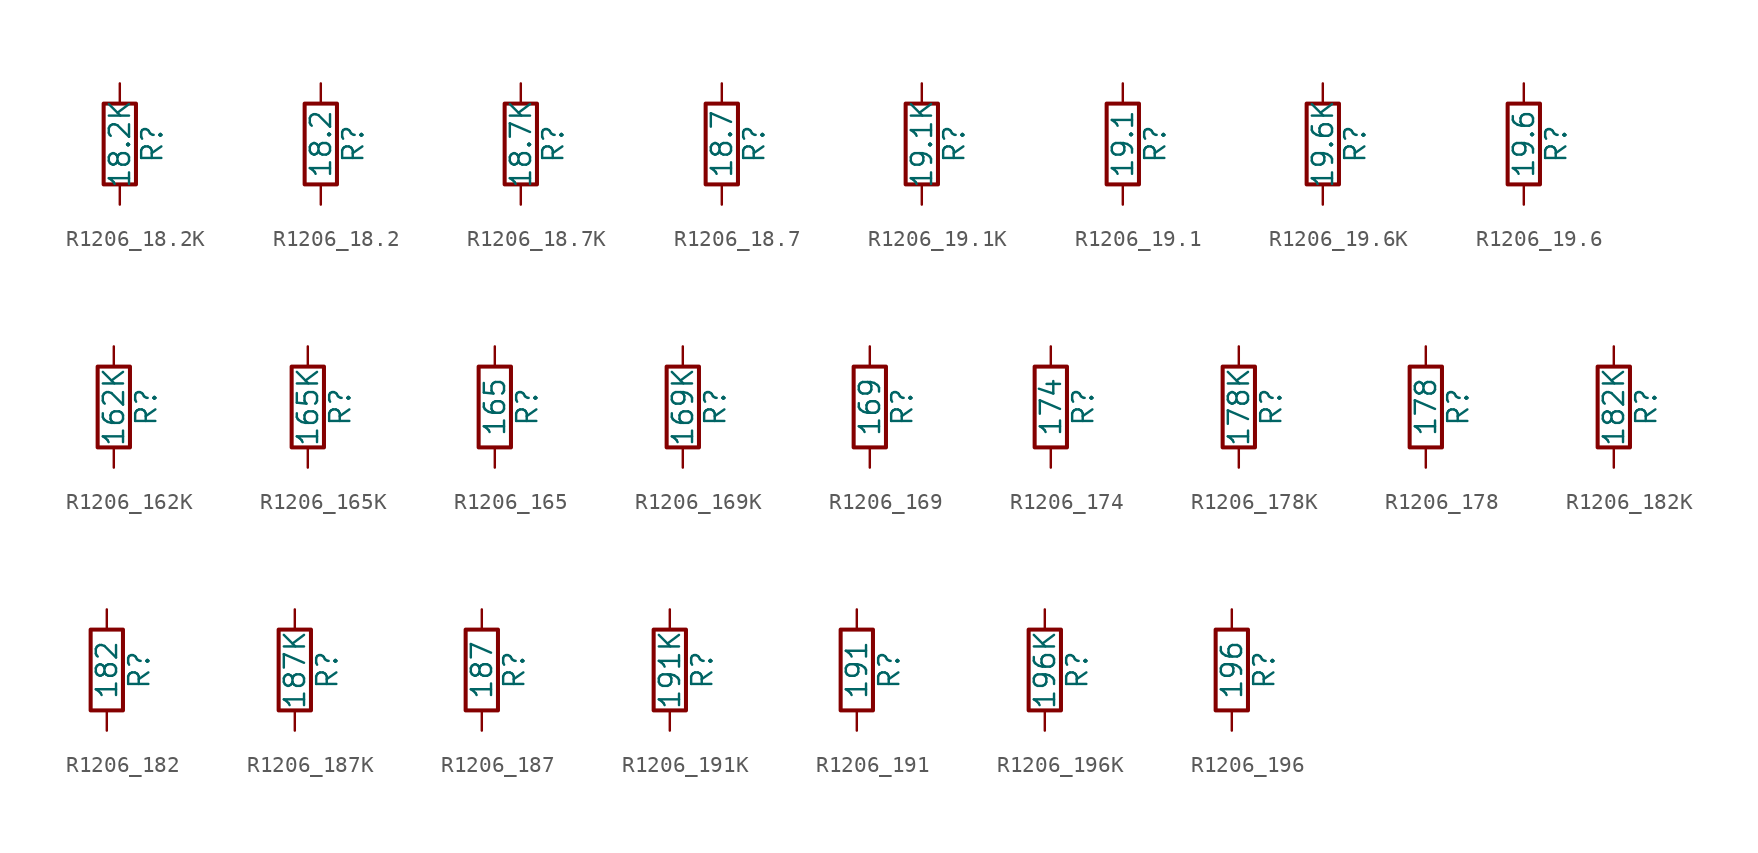
<source format=kicad_sym>
(kicad_symbol_lib
  (version 20211014)
  (generator atlantix-eda)
  (symbol "R1206_18.2K"
    (pin_numbers hide)
    (pin_names
      (offset 0))
    (property "Reference" "R"
      (at 2.032 0 90)
      (effects (font (size 1.27 1.27))))
    (property "Value" "18.2K"
      (at 0 0 90)
      (effects (font (size 1.27 1.27))))
    (symbol "R1206_18.2K_0_1"
      (rectangle (start -1.016 -2.54) (end 1.016 2.54) (stroke (width 0.254) (type default) (color 0 0 0 0)) (fill (type none))))
    (symbol "R1206_18.2K_1_1"
      (pin passive line (at 0 3.81 270) (length 1.27) (name "~" (effects (font (size 1.27 1.27)))) (number "1" (effects (font (size 1.27 1.27)))))
      (pin passive line (at 0 -3.81 90) (length 1.27) (name "~" (effects (font (size 1.27 1.27)))) (number "2" (effects (font (size 1.27 1.27)))))))
  (symbol "R1206_18.2"
    (pin_numbers hide)
    (pin_names
      (offset 0))
    (property "Reference" "R"
      (at 2.032 0 90)
      (effects (font (size 1.27 1.27))))
    (property "Value" "18.2"
      (at 0 0 90)
      (effects (font (size 1.27 1.27))))
    (symbol "R1206_18.2_0_1"
      (rectangle (start -1.016 -2.54) (end 1.016 2.54) (stroke (width 0.254) (type default) (color 0 0 0 0)) (fill (type none))))
    (symbol "R1206_18.2_1_1"
      (pin passive line (at 0 3.81 270) (length 1.27) (name "~" (effects (font (size 1.27 1.27)))) (number "1" (effects (font (size 1.27 1.27)))))
      (pin passive line (at 0 -3.81 90) (length 1.27) (name "~" (effects (font (size 1.27 1.27)))) (number "2" (effects (font (size 1.27 1.27)))))))
  (symbol "R1206_18.7K"
    (pin_numbers hide)
    (pin_names
      (offset 0))
    (property "Reference" "R"
      (at 2.032 0 90)
      (effects (font (size 1.27 1.27))))
    (property "Value" "18.7K"
      (at 0 0 90)
      (effects (font (size 1.27 1.27))))
    (symbol "R1206_18.7K_0_1"
      (rectangle (start -1.016 -2.54) (end 1.016 2.54) (stroke (width 0.254) (type default) (color 0 0 0 0)) (fill (type none))))
    (symbol "R1206_18.7K_1_1"
      (pin passive line (at 0 3.81 270) (length 1.27) (name "~" (effects (font (size 1.27 1.27)))) (number "1" (effects (font (size 1.27 1.27)))))
      (pin passive line (at 0 -3.81 90) (length 1.27) (name "~" (effects (font (size 1.27 1.27)))) (number "2" (effects (font (size 1.27 1.27)))))))
  (symbol "R1206_18.7"
    (pin_numbers hide)
    (pin_names
      (offset 0))
    (property "Reference" "R"
      (at 2.032 0 90)
      (effects (font (size 1.27 1.27))))
    (property "Value" "18.7"
      (at 0 0 90)
      (effects (font (size 1.27 1.27))))
    (symbol "R1206_18.7_0_1"
      (rectangle (start -1.016 -2.54) (end 1.016 2.54) (stroke (width 0.254) (type default) (color 0 0 0 0)) (fill (type none))))
    (symbol "R1206_18.7_1_1"
      (pin passive line (at 0 3.81 270) (length 1.27) (name "~" (effects (font (size 1.27 1.27)))) (number "1" (effects (font (size 1.27 1.27)))))
      (pin passive line (at 0 -3.81 90) (length 1.27) (name "~" (effects (font (size 1.27 1.27)))) (number "2" (effects (font (size 1.27 1.27)))))))
  (symbol "R1206_19.1K"
    (pin_numbers hide)
    (pin_names
      (offset 0))
    (property "Reference" "R"
      (at 2.032 0 90)
      (effects (font (size 1.27 1.27))))
    (property "Value" "19.1K"
      (at 0 0 90)
      (effects (font (size 1.27 1.27))))
    (symbol "R1206_19.1K_0_1"
      (rectangle (start -1.016 -2.54) (end 1.016 2.54) (stroke (width 0.254) (type default) (color 0 0 0 0)) (fill (type none))))
    (symbol "R1206_19.1K_1_1"
      (pin passive line (at 0 3.81 270) (length 1.27) (name "~" (effects (font (size 1.27 1.27)))) (number "1" (effects (font (size 1.27 1.27)))))
      (pin passive line (at 0 -3.81 90) (length 1.27) (name "~" (effects (font (size 1.27 1.27)))) (number "2" (effects (font (size 1.27 1.27)))))))
  (symbol "R1206_19.1"
    (pin_numbers hide)
    (pin_names
      (offset 0))
    (property "Reference" "R"
      (at 2.032 0 90)
      (effects (font (size 1.27 1.27))))
    (property "Value" "19.1"
      (at 0 0 90)
      (effects (font (size 1.27 1.27))))
    (symbol "R1206_19.1_0_1"
      (rectangle (start -1.016 -2.54) (end 1.016 2.54) (stroke (width 0.254) (type default) (color 0 0 0 0)) (fill (type none))))
    (symbol "R1206_19.1_1_1"
      (pin passive line (at 0 3.81 270) (length 1.27) (name "~" (effects (font (size 1.27 1.27)))) (number "1" (effects (font (size 1.27 1.27)))))
      (pin passive line (at 0 -3.81 90) (length 1.27) (name "~" (effects (font (size 1.27 1.27)))) (number "2" (effects (font (size 1.27 1.27)))))))
  (symbol "R1206_19.6K"
    (pin_numbers hide)
    (pin_names
      (offset 0))
    (property "Reference" "R"
      (at 2.032 0 90)
      (effects (font (size 1.27 1.27))))
    (property "Value" "19.6K"
      (at 0 0 90)
      (effects (font (size 1.27 1.27))))
    (symbol "R1206_19.6K_0_1"
      (rectangle (start -1.016 -2.54) (end 1.016 2.54) (stroke (width 0.254) (type default) (color 0 0 0 0)) (fill (type none))))
    (symbol "R1206_19.6K_1_1"
      (pin passive line (at 0 3.81 270) (length 1.27) (name "~" (effects (font (size 1.27 1.27)))) (number "1" (effects (font (size 1.27 1.27)))))
      (pin passive line (at 0 -3.81 90) (length 1.27) (name "~" (effects (font (size 1.27 1.27)))) (number "2" (effects (font (size 1.27 1.27)))))))
  (symbol "R1206_19.6"
    (pin_numbers hide)
    (pin_names
      (offset 0))
    (property "Reference" "R"
      (at 2.032 0 90)
      (effects (font (size 1.27 1.27))))
    (property "Value" "19.6"
      (at 0 0 90)
      (effects (font (size 1.27 1.27))))
    (symbol "R1206_19.6_0_1"
      (rectangle (start -1.016 -2.54) (end 1.016 2.54) (stroke (width 0.254) (type default) (color 0 0 0 0)) (fill (type none))))
    (symbol "R1206_19.6_1_1"
      (pin passive line (at 0 3.81 270) (length 1.27) (name "~" (effects (font (size 1.27 1.27)))) (number "1" (effects (font (size 1.27 1.27)))))
      (pin passive line (at 0 -3.81 90) (length 1.27) (name "~" (effects (font (size 1.27 1.27)))) (number "2" (effects (font (size 1.27 1.27)))))))
  (symbol "R1206_162K"
    (pin_numbers hide)
    (pin_names
      (offset 0))
    (property "Reference" "R"
      (at 2.032 0 90)
      (effects (font (size 1.27 1.27))))
    (property "Value" "162K"
      (at 0 0 90)
      (effects (font (size 1.27 1.27))))
    (symbol "R1206_162K_0_1"
      (rectangle (start -1.016 -2.54) (end 1.016 2.54) (stroke (width 0.254) (type default) (color 0 0 0 0)) (fill (type none))))
    (symbol "R1206_162K_1_1"
      (pin passive line (at 0 3.81 270) (length 1.27) (name "~" (effects (font (size 1.27 1.27)))) (number "1" (effects (font (size 1.27 1.27)))))
      (pin passive line (at 0 -3.81 90) (length 1.27) (name "~" (effects (font (size 1.27 1.27)))) (number "2" (effects (font (size 1.27 1.27)))))))
  (symbol "R1206_165K"
    (pin_numbers hide)
    (pin_names
      (offset 0))
    (property "Reference" "R"
      (at 2.032 0 90)
      (effects (font (size 1.27 1.27))))
    (property "Value" "165K"
      (at 0 0 90)
      (effects (font (size 1.27 1.27))))
    (symbol "R1206_165K_0_1"
      (rectangle (start -1.016 -2.54) (end 1.016 2.54) (stroke (width 0.254) (type default) (color 0 0 0 0)) (fill (type none))))
    (symbol "R1206_165K_1_1"
      (pin passive line (at 0 3.81 270) (length 1.27) (name "~" (effects (font (size 1.27 1.27)))) (number "1" (effects (font (size 1.27 1.27)))))
      (pin passive line (at 0 -3.81 90) (length 1.27) (name "~" (effects (font (size 1.27 1.27)))) (number "2" (effects (font (size 1.27 1.27)))))))
  (symbol "R1206_165"
    (pin_numbers hide)
    (pin_names
      (offset 0))
    (property "Reference" "R"
      (at 2.032 0 90)
      (effects (font (size 1.27 1.27))))
    (property "Value" "165"
      (at 0 0 90)
      (effects (font (size 1.27 1.27))))
    (symbol "R1206_165_0_1"
      (rectangle (start -1.016 -2.54) (end 1.016 2.54) (stroke (width 0.254) (type default) (color 0 0 0 0)) (fill (type none))))
    (symbol "R1206_165_1_1"
      (pin passive line (at 0 3.81 270) (length 1.27) (name "~" (effects (font (size 1.27 1.27)))) (number "1" (effects (font (size 1.27 1.27)))))
      (pin passive line (at 0 -3.81 90) (length 1.27) (name "~" (effects (font (size 1.27 1.27)))) (number "2" (effects (font (size 1.27 1.27)))))))
  (symbol "R1206_169K"
    (pin_numbers hide)
    (pin_names
      (offset 0))
    (property "Reference" "R"
      (at 2.032 0 90)
      (effects (font (size 1.27 1.27))))
    (property "Value" "169K"
      (at 0 0 90)
      (effects (font (size 1.27 1.27))))
    (symbol "R1206_169K_0_1"
      (rectangle (start -1.016 -2.54) (end 1.016 2.54) (stroke (width 0.254) (type default) (color 0 0 0 0)) (fill (type none))))
    (symbol "R1206_169K_1_1"
      (pin passive line (at 0 3.81 270) (length 1.27) (name "~" (effects (font (size 1.27 1.27)))) (number "1" (effects (font (size 1.27 1.27)))))
      (pin passive line (at 0 -3.81 90) (length 1.27) (name "~" (effects (font (size 1.27 1.27)))) (number "2" (effects (font (size 1.27 1.27)))))))
  (symbol "R1206_169"
    (pin_numbers hide)
    (pin_names
      (offset 0))
    (property "Reference" "R"
      (at 2.032 0 90)
      (effects (font (size 1.27 1.27))))
    (property "Value" "169"
      (at 0 0 90)
      (effects (font (size 1.27 1.27))))
    (symbol "R1206_169_0_1"
      (rectangle (start -1.016 -2.54) (end 1.016 2.54) (stroke (width 0.254) (type default) (color 0 0 0 0)) (fill (type none))))
    (symbol "R1206_169_1_1"
      (pin passive line (at 0 3.81 270) (length 1.27) (name "~" (effects (font (size 1.27 1.27)))) (number "1" (effects (font (size 1.27 1.27)))))
      (pin passive line (at 0 -3.81 90) (length 1.27) (name "~" (effects (font (size 1.27 1.27)))) (number "2" (effects (font (size 1.27 1.27)))))))
  (symbol "R1206_174"
    (pin_numbers hide)
    (pin_names
      (offset 0))
    (property "Reference" "R"
      (at 2.032 0 90)
      (effects (font (size 1.27 1.27))))
    (property "Value" "174"
      (at 0 0 90)
      (effects (font (size 1.27 1.27))))
    (symbol "R1206_174_0_1"
      (rectangle (start -1.016 -2.54) (end 1.016 2.54) (stroke (width 0.254) (type default) (color 0 0 0 0)) (fill (type none))))
    (symbol "R1206_174_1_1"
      (pin passive line (at 0 3.81 270) (length 1.27) (name "~" (effects (font (size 1.27 1.27)))) (number "1" (effects (font (size 1.27 1.27)))))
      (pin passive line (at 0 -3.81 90) (length 1.27) (name "~" (effects (font (size 1.27 1.27)))) (number "2" (effects (font (size 1.27 1.27)))))))
  (symbol "R1206_178K"
    (pin_numbers hide)
    (pin_names
      (offset 0))
    (property "Reference" "R"
      (at 2.032 0 90)
      (effects (font (size 1.27 1.27))))
    (property "Value" "178K"
      (at 0 0 90)
      (effects (font (size 1.27 1.27))))
    (symbol "R1206_178K_0_1"
      (rectangle (start -1.016 -2.54) (end 1.016 2.54) (stroke (width 0.254) (type default) (color 0 0 0 0)) (fill (type none))))
    (symbol "R1206_178K_1_1"
      (pin passive line (at 0 3.81 270) (length 1.27) (name "~" (effects (font (size 1.27 1.27)))) (number "1" (effects (font (size 1.27 1.27)))))
      (pin passive line (at 0 -3.81 90) (length 1.27) (name "~" (effects (font (size 1.27 1.27)))) (number "2" (effects (font (size 1.27 1.27)))))))
  (symbol "R1206_178"
    (pin_numbers hide)
    (pin_names
      (offset 0))
    (property "Reference" "R"
      (at 2.032 0 90)
      (effects (font (size 1.27 1.27))))
    (property "Value" "178"
      (at 0 0 90)
      (effects (font (size 1.27 1.27))))
    (symbol "R1206_178_0_1"
      (rectangle (start -1.016 -2.54) (end 1.016 2.54) (stroke (width 0.254) (type default) (color 0 0 0 0)) (fill (type none))))
    (symbol "R1206_178_1_1"
      (pin passive line (at 0 3.81 270) (length 1.27) (name "~" (effects (font (size 1.27 1.27)))) (number "1" (effects (font (size 1.27 1.27)))))
      (pin passive line (at 0 -3.81 90) (length 1.27) (name "~" (effects (font (size 1.27 1.27)))) (number "2" (effects (font (size 1.27 1.27)))))))
  (symbol "R1206_182K"
    (pin_numbers hide)
    (pin_names
      (offset 0))
    (property "Reference" "R"
      (at 2.032 0 90)
      (effects (font (size 1.27 1.27))))
    (property "Value" "182K"
      (at 0 0 90)
      (effects (font (size 1.27 1.27))))
    (symbol "R1206_182K_0_1"
      (rectangle (start -1.016 -2.54) (end 1.016 2.54) (stroke (width 0.254) (type default) (color 0 0 0 0)) (fill (type none))))
    (symbol "R1206_182K_1_1"
      (pin passive line (at 0 3.81 270) (length 1.27) (name "~" (effects (font (size 1.27 1.27)))) (number "1" (effects (font (size 1.27 1.27)))))
      (pin passive line (at 0 -3.81 90) (length 1.27) (name "~" (effects (font (size 1.27 1.27)))) (number "2" (effects (font (size 1.27 1.27)))))))
  (symbol "R1206_182"
    (pin_numbers hide)
    (pin_names
      (offset 0))
    (property "Reference" "R"
      (at 2.032 0 90)
      (effects (font (size 1.27 1.27))))
    (property "Value" "182"
      (at 0 0 90)
      (effects (font (size 1.27 1.27))))
    (symbol "R1206_182_0_1"
      (rectangle (start -1.016 -2.54) (end 1.016 2.54) (stroke (width 0.254) (type default) (color 0 0 0 0)) (fill (type none))))
    (symbol "R1206_182_1_1"
      (pin passive line (at 0 3.81 270) (length 1.27) (name "~" (effects (font (size 1.27 1.27)))) (number "1" (effects (font (size 1.27 1.27)))))
      (pin passive line (at 0 -3.81 90) (length 1.27) (name "~" (effects (font (size 1.27 1.27)))) (number "2" (effects (font (size 1.27 1.27)))))))
  (symbol "R1206_187K"
    (pin_numbers hide)
    (pin_names
      (offset 0))
    (property "Reference" "R"
      (at 2.032 0 90)
      (effects (font (size 1.27 1.27))))
    (property "Value" "187K"
      (at 0 0 90)
      (effects (font (size 1.27 1.27))))
    (symbol "R1206_187K_0_1"
      (rectangle (start -1.016 -2.54) (end 1.016 2.54) (stroke (width 0.254) (type default) (color 0 0 0 0)) (fill (type none))))
    (symbol "R1206_187K_1_1"
      (pin passive line (at 0 3.81 270) (length 1.27) (name "~" (effects (font (size 1.27 1.27)))) (number "1" (effects (font (size 1.27 1.27)))))
      (pin passive line (at 0 -3.81 90) (length 1.27) (name "~" (effects (font (size 1.27 1.27)))) (number "2" (effects (font (size 1.27 1.27)))))))
  (symbol "R1206_187"
    (pin_numbers hide)
    (pin_names
      (offset 0))
    (property "Reference" "R"
      (at 2.032 0 90)
      (effects (font (size 1.27 1.27))))
    (property "Value" "187"
      (at 0 0 90)
      (effects (font (size 1.27 1.27))))
    (symbol "R1206_187_0_1"
      (rectangle (start -1.016 -2.54) (end 1.016 2.54) (stroke (width 0.254) (type default) (color 0 0 0 0)) (fill (type none))))
    (symbol "R1206_187_1_1"
      (pin passive line (at 0 3.81 270) (length 1.27) (name "~" (effects (font (size 1.27 1.27)))) (number "1" (effects (font (size 1.27 1.27)))))
      (pin passive line (at 0 -3.81 90) (length 1.27) (name "~" (effects (font (size 1.27 1.27)))) (number "2" (effects (font (size 1.27 1.27)))))))
  (symbol "R1206_191K"
    (pin_numbers hide)
    (pin_names
      (offset 0))
    (property "Reference" "R"
      (at 2.032 0 90)
      (effects (font (size 1.27 1.27))))
    (property "Value" "191K"
      (at 0 0 90)
      (effects (font (size 1.27 1.27))))
    (symbol "R1206_191K_0_1"
      (rectangle (start -1.016 -2.54) (end 1.016 2.54) (stroke (width 0.254) (type default) (color 0 0 0 0)) (fill (type none))))
    (symbol "R1206_191K_1_1"
      (pin passive line (at 0 3.81 270) (length 1.27) (name "~" (effects (font (size 1.27 1.27)))) (number "1" (effects (font (size 1.27 1.27)))))
      (pin passive line (at 0 -3.81 90) (length 1.27) (name "~" (effects (font (size 1.27 1.27)))) (number "2" (effects (font (size 1.27 1.27)))))))
  (symbol "R1206_191"
    (pin_numbers hide)
    (pin_names
      (offset 0))
    (property "Reference" "R"
      (at 2.032 0 90)
      (effects (font (size 1.27 1.27))))
    (property "Value" "191"
      (at 0 0 90)
      (effects (font (size 1.27 1.27))))
    (symbol "R1206_191_0_1"
      (rectangle (start -1.016 -2.54) (end 1.016 2.54) (stroke (width 0.254) (type default) (color 0 0 0 0)) (fill (type none))))
    (symbol "R1206_191_1_1"
      (pin passive line (at 0 3.81 270) (length 1.27) (name "~" (effects (font (size 1.27 1.27)))) (number "1" (effects (font (size 1.27 1.27)))))
      (pin passive line (at 0 -3.81 90) (length 1.27) (name "~" (effects (font (size 1.27 1.27)))) (number "2" (effects (font (size 1.27 1.27)))))))
  (symbol "R1206_196K"
    (pin_numbers hide)
    (pin_names
      (offset 0))
    (property "Reference" "R"
      (at 2.032 0 90)
      (effects (font (size 1.27 1.27))))
    (property "Value" "196K"
      (at 0 0 90)
      (effects (font (size 1.27 1.27))))
    (symbol "R1206_196K_0_1"
      (rectangle (start -1.016 -2.54) (end 1.016 2.54) (stroke (width 0.254) (type default) (color 0 0 0 0)) (fill (type none))))
    (symbol "R1206_196K_1_1"
      (pin passive line (at 0 3.81 270) (length 1.27) (name "~" (effects (font (size 1.27 1.27)))) (number "1" (effects (font (size 1.27 1.27)))))
      (pin passive line (at 0 -3.81 90) (length 1.27) (name "~" (effects (font (size 1.27 1.27)))) (number "2" (effects (font (size 1.27 1.27)))))))
  (symbol "R1206_196"
    (pin_numbers hide)
    (pin_names
      (offset 0))
    (property "Reference" "R"
      (at 2.032 0 90)
      (effects (font (size 1.27 1.27))))
    (property "Value" "196"
      (at 0 0 90)
      (effects (font (size 1.27 1.27))))
    (symbol "R1206_196_0_1"
      (rectangle (start -1.016 -2.54) (end 1.016 2.54) (stroke (width 0.254) (type default) (color 0 0 0 0)) (fill (type none))))
    (symbol "R1206_196_1_1"
      (pin passive line (at 0 3.81 270) (length 1.27) (name "~" (effects (font (size 1.27 1.27)))) (number "1" (effects (font (size 1.27 1.27)))))
      (pin passive line (at 0 -3.81 90) (length 1.27) (name "~" (effects (font (size 1.27 1.27)))) (number "2" (effects (font (size 1.27 1.27))))))))
</source>
